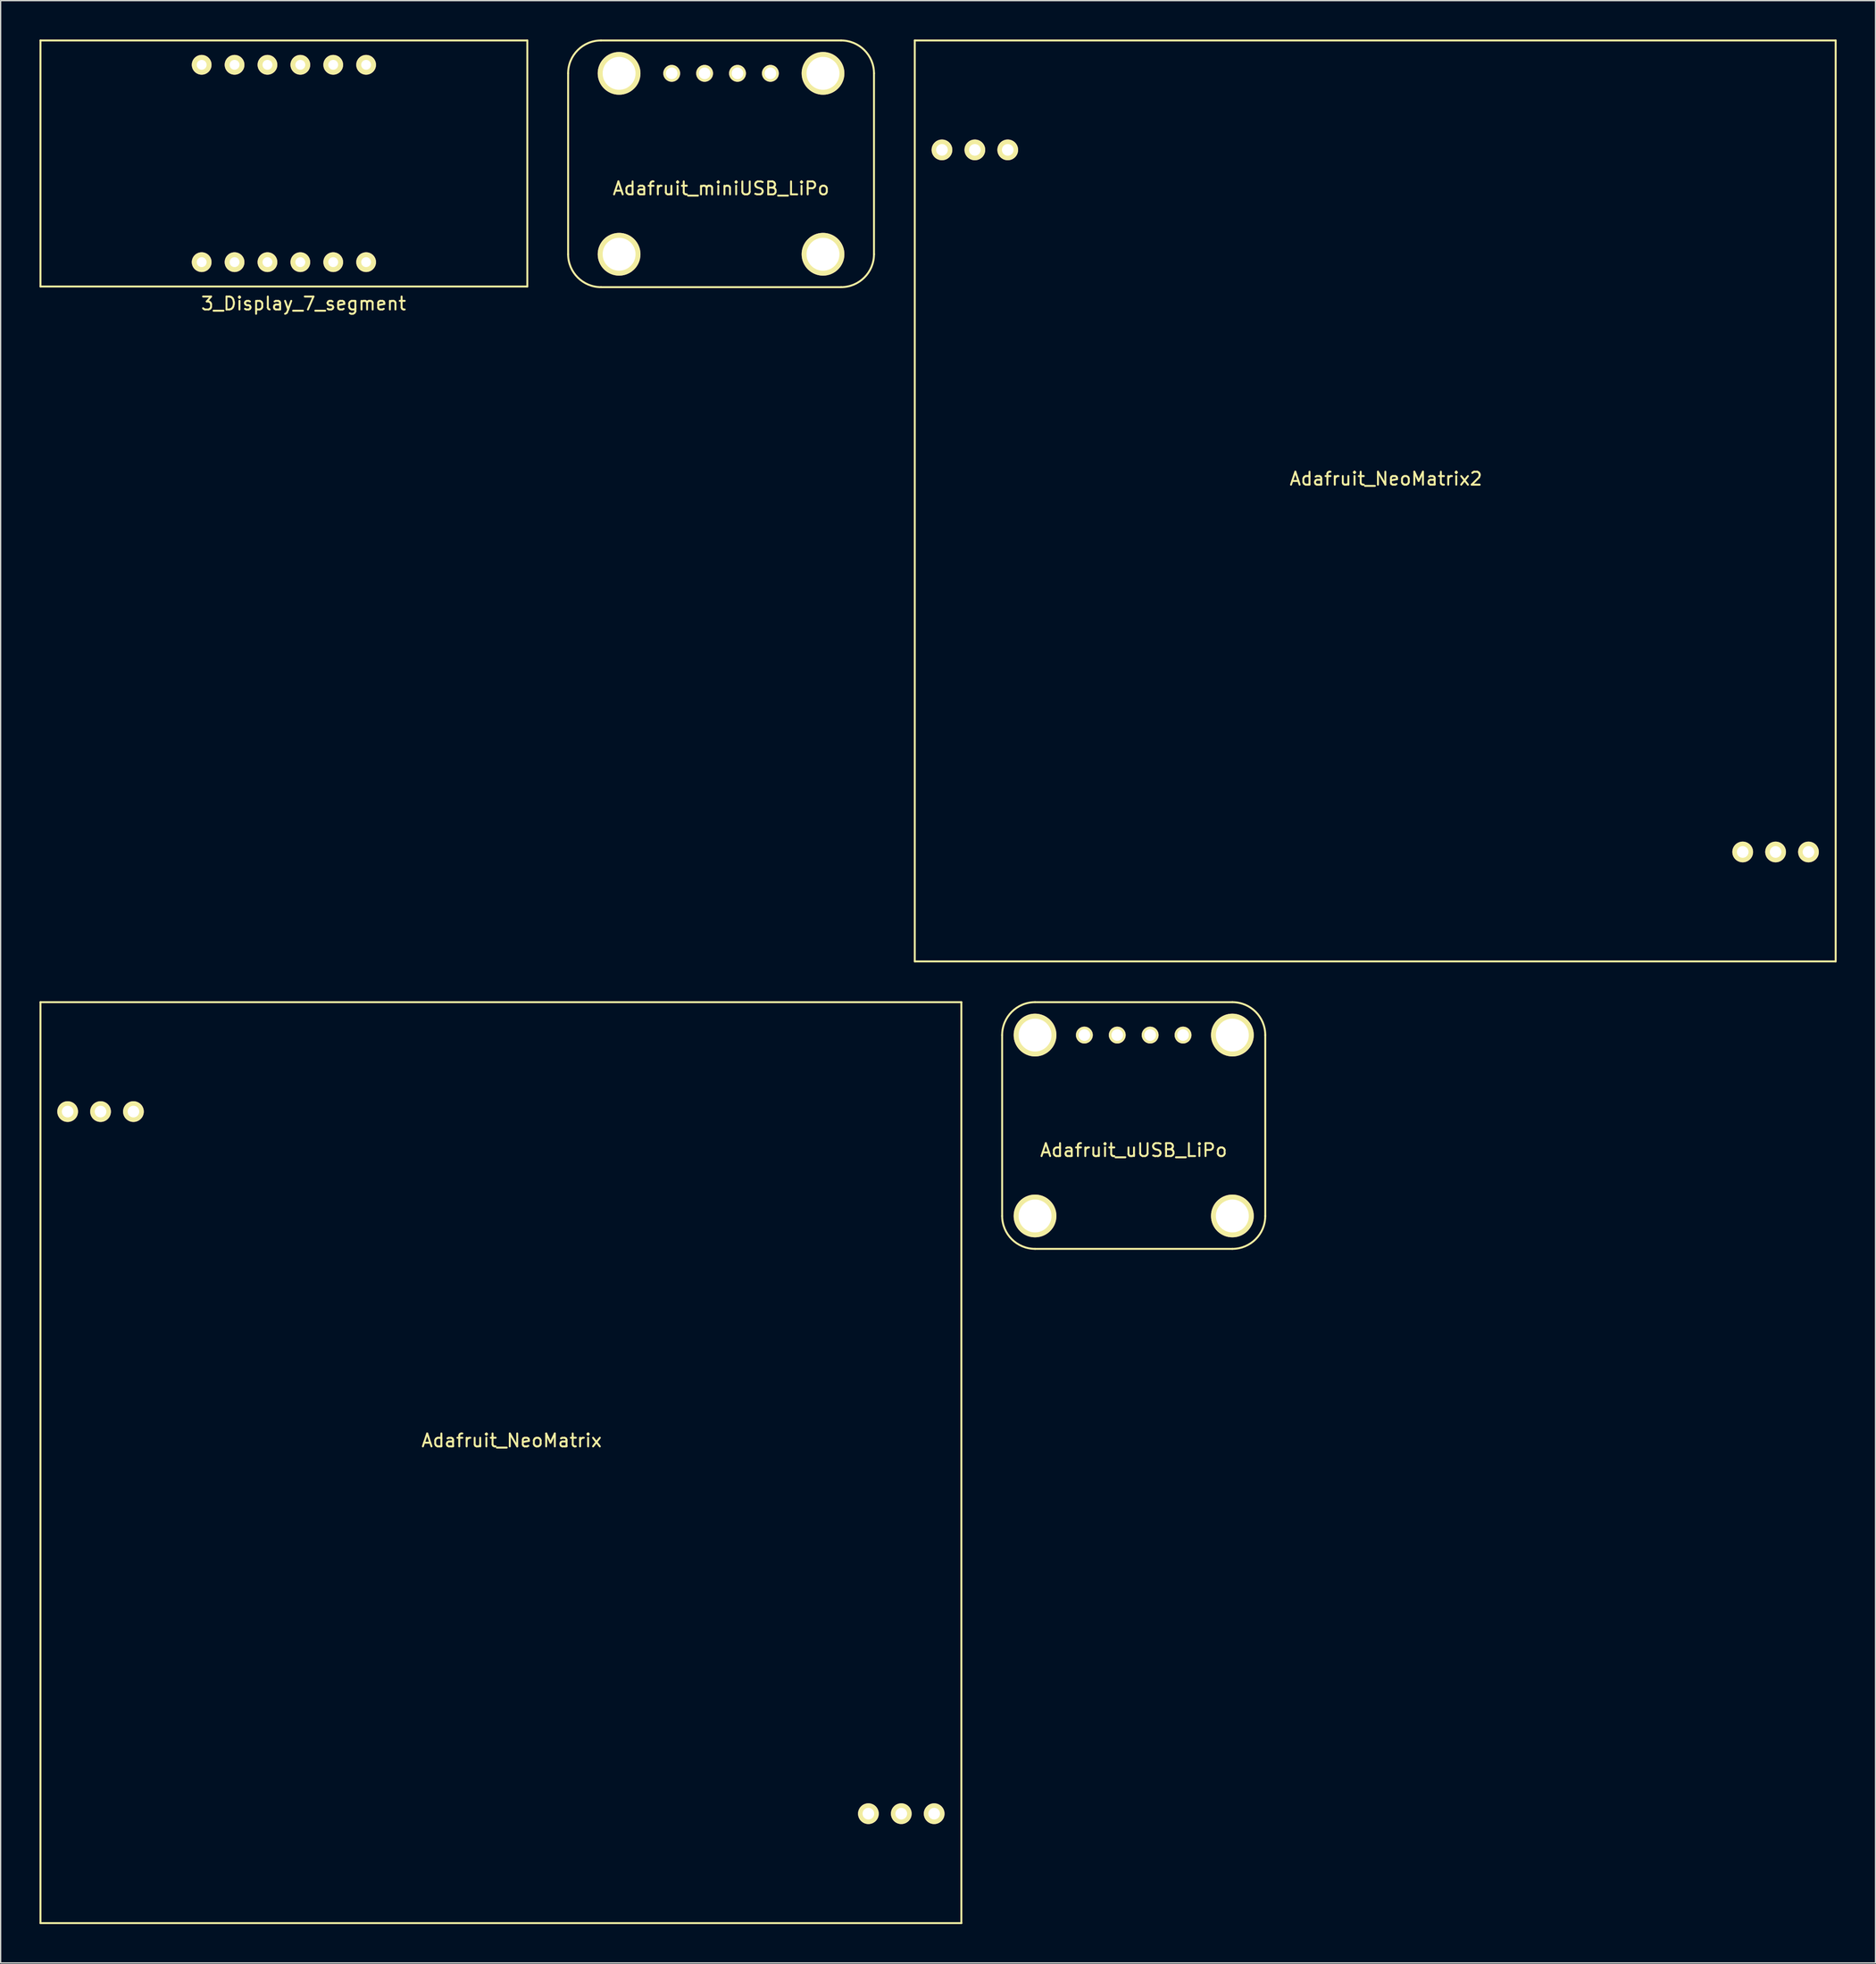
<source format=kicad_pcb>
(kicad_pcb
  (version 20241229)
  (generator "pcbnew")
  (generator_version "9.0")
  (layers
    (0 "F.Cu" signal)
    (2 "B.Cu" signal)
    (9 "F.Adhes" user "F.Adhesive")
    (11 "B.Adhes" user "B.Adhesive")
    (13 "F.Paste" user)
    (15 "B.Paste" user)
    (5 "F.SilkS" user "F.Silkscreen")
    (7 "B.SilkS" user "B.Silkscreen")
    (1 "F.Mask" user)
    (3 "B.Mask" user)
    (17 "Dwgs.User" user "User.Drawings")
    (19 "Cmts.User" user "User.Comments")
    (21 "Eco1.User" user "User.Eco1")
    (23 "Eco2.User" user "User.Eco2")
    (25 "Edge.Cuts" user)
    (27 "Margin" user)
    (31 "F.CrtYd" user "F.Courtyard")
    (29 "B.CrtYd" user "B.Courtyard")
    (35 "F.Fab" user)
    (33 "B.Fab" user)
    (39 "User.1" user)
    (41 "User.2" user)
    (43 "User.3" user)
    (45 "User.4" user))
  (footprint "Adafruit_NeoMatrix2"
    (layer "F.Cu")
    (at 103.157 35.635)
    (property "Reference" "Adafruit_NeoMatrix2" (at 0.83 -1.71 0) (layer "F.SilkS") (effects (font (size 1 1) (thickness 0.15))))
    (attr through_hole)
    (fp_line (start -35.56 -35.56) (end 35.56 -35.56) (stroke (width 0.15) (type solid)) (layer "F.SilkS"))
    (fp_line (start -35.56 35.56) (end -35.56 -35.56) (stroke (width 0.15) (type solid)) (layer "F.SilkS"))
    (fp_line (start 35.56 -35.56) (end 35.56 35.56) (stroke (width 0.15) (type solid)) (layer "F.SilkS"))
    (fp_line (start 35.56 35.56) (end -35.56 35.56) (stroke (width 0.15) (type solid)) (layer "F.SilkS"))
    (pad "1" thru_hole circle (at -33.46 -27.11) (size 1.6 1.6) (drill 0.9) (layers "*.Cu" "*.Mask" "F.SilkS"))
    (pad "2" thru_hole circle (at -30.92 -27.11) (size 1.6 1.6) (drill 0.9) (layers "*.Cu" "*.Mask" "F.SilkS"))
    (pad "3" thru_hole circle (at -28.38 -27.11) (size 1.6 1.6) (drill 0.9) (layers "*.Cu" "*.Mask" "F.SilkS"))
    (pad "4" thru_hole circle (at 28.38 27.11) (size 1.6 1.6) (drill 0.9) (layers "*.Cu" "*.Mask" "F.SilkS"))
    (pad "5" thru_hole circle (at 30.92 27.11) (size 1.6 1.6) (drill 0.9) (layers "*.Cu" "*.Mask" "F.SilkS"))
    (pad "6" thru_hole circle (at 33.46 27.11) (size 1.6 1.6) (drill 0.9) (layers "*.Cu" "*.Mask" "F.SilkS")))
  (footprint "Adafruit_miniUSB_LiPo"
    (layer "F.Cu")
    (at 52.636 10.235)
    (property "Reference" "Adafruit_miniUSB_LiPo" (at 0 1.27 0) (layer "F.SilkS") (effects (font (size 1 1) (thickness 0.15))))
    (attr through_hole)
    (fp_line (start -11.811 6.35) (end -11.811 -7.62) (stroke (width 0.15) (type solid)) (layer "F.SilkS"))
    (fp_line (start -9.271 -10.16) (end 9.271 -10.16) (stroke (width 0.15) (type solid)) (layer "F.SilkS"))
    (fp_line (start 9.271 8.89) (end -9.271 8.89) (stroke (width 0.15) (type solid)) (layer "F.SilkS"))
    (fp_line (start 11.811 6.35) (end 11.811 -7.62) (stroke (width 0.15) (type solid)) (layer "F.SilkS"))
    (fp_arc (start -11.811 -7.62) (mid -11.067051 -9.416051) (end -9.271 -10.16) (stroke (width 0.15) (type solid)) (layer "F.SilkS"))
    (fp_arc (start -9.271 8.89) (mid -11.067051 8.146051) (end -11.811 6.35) (stroke (width 0.15) (type solid)) (layer "F.SilkS"))
    (fp_arc (start 9.271 -10.16) (mid 11.067051 -9.416051) (end 11.811 -7.62) (stroke (width 0.15) (type solid)) (layer "F.SilkS"))
    (fp_arc (start 11.811 6.35) (mid 11.067051 8.146051) (end 9.271 8.89) (stroke (width 0.15) (type solid)) (layer "F.SilkS"))
    (pad "1" thru_hole circle (at -3.81 -7.62) (size 1.3 1.3) (drill 0.9) (layers "*.Cu" "*.Mask" "F.SilkS"))
    (pad "2" thru_hole circle (at -1.27 -7.62) (size 1.3 1.3) (drill 0.9) (layers "*.Cu" "*.Mask" "F.SilkS"))
    (pad "3" thru_hole circle (at 1.27 -7.62) (size 1.3 1.3) (drill 0.9) (layers "*.Cu" "*.Mask" "F.SilkS"))
    (pad "4" thru_hole circle (at 3.81 -7.62) (size 1.3 1.3) (drill 0.9) (layers "*.Cu" "*.Mask" "F.SilkS"))
    (pad "5" thru_hole circle (at -7.874 -7.62) (size 3.302 3.302) (drill 2.54) (layers "*.Cu" "*.Mask" "F.SilkS"))
    (pad "5" thru_hole circle (at -7.874 6.35) (size 3.302 3.302) (drill 2.54) (layers "*.Cu" "*.Mask" "F.SilkS"))
    (pad "5" thru_hole circle (at 7.874 -7.62) (size 3.302 3.302) (drill 2.54) (layers "*.Cu" "*.Mask" "F.SilkS"))
    (pad "5" thru_hole circle (at 7.874 6.35) (size 3.302 3.302) (drill 2.54) (layers "*.Cu" "*.Mask" "F.SilkS")))
  (footprint "Adafruit_uUSB_LiPo"
    (layer "F.Cu")
    (at 84.505 84.505)
    (property "Reference" "Adafruit_uUSB_LiPo" (at 0 1.27 0) (layer "F.SilkS") (effects (font (size 1 1) (thickness 0.15))))
    (attr through_hole)
    (fp_line (start -10.16 6.35) (end -10.16 -7.62) (stroke (width 0.15) (type solid)) (layer "F.SilkS"))
    (fp_line (start -7.62 -10.16) (end 7.62 -10.16) (stroke (width 0.15) (type solid)) (layer "F.SilkS"))
    (fp_line (start 7.62 8.89) (end -7.62 8.89) (stroke (width 0.15) (type solid)) (layer "F.SilkS"))
    (fp_line (start 10.16 6.35) (end 10.16 -7.62) (stroke (width 0.15) (type solid)) (layer "F.SilkS"))
    (fp_arc (start -10.16 -7.62) (mid -9.416051 -9.416051) (end -7.62 -10.16) (stroke (width 0.15) (type solid)) (layer "F.SilkS"))
    (fp_arc (start -7.62 8.89) (mid -9.416051 8.146051) (end -10.16 6.35) (stroke (width 0.15) (type solid)) (layer "F.SilkS"))
    (fp_arc (start 7.62 -10.16) (mid 9.416051 -9.416051) (end 10.16 -7.62) (stroke (width 0.15) (type solid)) (layer "F.SilkS"))
    (fp_arc (start 10.16 6.35) (mid 9.416051 8.146051) (end 7.62 8.89) (stroke (width 0.15) (type solid)) (layer "F.SilkS"))
    (pad "1" thru_hole circle (at -3.81 -7.62) (size 1.3 1.3) (drill 0.9) (layers "*.Cu" "*.Mask" "F.SilkS"))
    (pad "2" thru_hole circle (at -1.27 -7.62) (size 1.3 1.3) (drill 0.9) (layers "*.Cu" "*.Mask" "F.SilkS"))
    (pad "3" thru_hole circle (at 1.27 -7.62) (size 1.3 1.3) (drill 0.9) (layers "*.Cu" "*.Mask" "F.SilkS"))
    (pad "4" thru_hole circle (at 3.81 -7.62) (size 1.3 1.3) (drill 0.9) (layers "*.Cu" "*.Mask" "F.SilkS"))
    (pad "5" thru_hole circle (at -7.62 -7.62) (size 3.302 3.302) (drill 2.54) (layers "*.Cu" "*.Mask" "F.SilkS"))
    (pad "5" thru_hole circle (at -7.62 6.35) (size 3.302 3.302) (drill 2.54) (layers "*.Cu" "*.Mask" "F.SilkS"))
    (pad "5" thru_hole circle (at 7.62 -7.62) (size 3.302 3.302) (drill 2.54) (layers "*.Cu" "*.Mask" "F.SilkS"))
    (pad "5" thru_hole circle (at 7.62 6.35) (size 3.302 3.302) (drill 2.54) (layers "*.Cu" "*.Mask" "F.SilkS")))
  (footprint "Adafruit_NeoMatrix"
    (layer "F.Cu")
    (at 35.635 109.905)
    (property "Reference" "Adafruit_NeoMatrix" (at 0.83 -1.71 0) (layer "F.SilkS") (effects (font (size 1 1) (thickness 0.15))))
    (attr through_hole)
    (fp_line (start -35.56 -35.56) (end 35.56 -35.56) (stroke (width 0.15) (type solid)) (layer "F.SilkS"))
    (fp_line (start -35.56 35.56) (end -35.56 -35.56) (stroke (width 0.15) (type solid)) (layer "F.SilkS"))
    (fp_line (start 35.56 -35.56) (end 35.56 35.56) (stroke (width 0.15) (type solid)) (layer "F.SilkS"))
    (fp_line (start 35.56 35.56) (end -35.56 35.56) (stroke (width 0.15) (type solid)) (layer "F.SilkS"))
    (pad "1" thru_hole circle (at -33.46 -27.11) (size 1.6 1.6) (drill 0.9) (layers "*.Cu" "*.Mask" "F.SilkS"))
    (pad "2" thru_hole circle (at -30.92 -27.11) (size 1.6 1.6) (drill 0.9) (layers "*.Cu" "*.Mask" "F.SilkS"))
    (pad "3" thru_hole circle (at -28.38 -27.11) (size 1.6 1.6) (drill 0.9) (layers "*.Cu" "*.Mask" "F.SilkS"))
    (pad "4" thru_hole circle (at 28.38 27.11) (size 1.6 1.6) (drill 0.9) (layers "*.Cu" "*.Mask" "F.SilkS"))
    (pad "5" thru_hole circle (at 30.92 27.11) (size 1.6 1.6) (drill 0.9) (layers "*.Cu" "*.Mask" "F.SilkS"))
    (pad "6" thru_hole circle (at 33.46 27.11) (size 1.6 1.6) (drill 0.9) (layers "*.Cu" "*.Mask" "F.SilkS")))
  (footprint "3_Display_7_segment"
    (layer "F.Cu")
    (at 18.875 9.575)
    (property "Reference" "3_Display_7_segment" (at 1.52 10.82 0) (layer "F.SilkS") (effects (font (size 1 1) (thickness 0.15))))
    (attr through_hole)
    (fp_line (start -18.8 -9.5) (end 18.8 -9.5) (stroke (width 0.15) (type solid)) (layer "F.SilkS"))
    (fp_line (start -18.8 9.5) (end -18.8 -9.5) (stroke (width 0.15) (type solid)) (layer "F.SilkS"))
    (fp_line (start 18.8 -9.5) (end 18.8 9.5) (stroke (width 0.15) (type solid)) (layer "F.SilkS"))
    (fp_line (start 18.8 9.5) (end -18.8 9.5) (stroke (width 0.15) (type solid)) (layer "F.SilkS"))
    (pad "1" thru_hole circle (at -6.35 7.62) (size 1.524 1.524) (drill 0.762) (layers "*.Cu" "*.Mask" "F.SilkS"))
    (pad "2" thru_hole circle (at -3.81 7.62) (size 1.524 1.524) (drill 0.762) (layers "*.Cu" "*.Mask" "F.SilkS"))
    (pad "3" thru_hole circle (at -1.27 7.62) (size 1.524 1.524) (drill 0.762) (layers "*.Cu" "*.Mask" "F.SilkS"))
    (pad "4" thru_hole circle (at 1.27 7.62) (size 1.524 1.524) (drill 0.762) (layers "*.Cu" "*.Mask" "F.SilkS"))
    (pad "5" thru_hole circle (at 3.81 7.62) (size 1.524 1.524) (drill 0.762) (layers "*.Cu" "*.Mask" "F.SilkS"))
    (pad "6" thru_hole circle (at 6.35 7.62) (size 1.524 1.524) (drill 0.762) (layers "*.Cu" "*.Mask" "F.SilkS"))
    (pad "7" thru_hole circle (at 6.35 -7.62) (size 1.524 1.524) (drill 0.762) (layers "*.Cu" "*.Mask" "F.SilkS"))
    (pad "8" thru_hole circle (at 3.81 -7.62) (size 1.524 1.524) (drill 0.762) (layers "*.Cu" "*.Mask" "F.SilkS"))
    (pad "9" thru_hole circle (at 1.27 -7.62) (size 1.524 1.524) (drill 0.762) (layers "*.Cu" "*.Mask" "F.SilkS"))
    (pad "10" thru_hole circle (at -1.27 -7.62) (size 1.524 1.524) (drill 0.762) (layers "*.Cu" "*.Mask" "F.SilkS"))
    (pad "11" thru_hole circle (at -3.81 -7.62) (size 1.524 1.524) (drill 0.762) (layers "*.Cu" "*.Mask" "F.SilkS"))
    (pad "12" thru_hole circle (at -6.35 -7.62) (size 1.524 1.524) (drill 0.762) (layers "*.Cu" "*.Mask" "F.SilkS")))
  (gr_rect
    (start -3 -3)
    (end 141.792 148.54)
    (stroke (width 0.1) (type default))
    (fill no)
    (layer "Edge.Cuts")))
</source>
